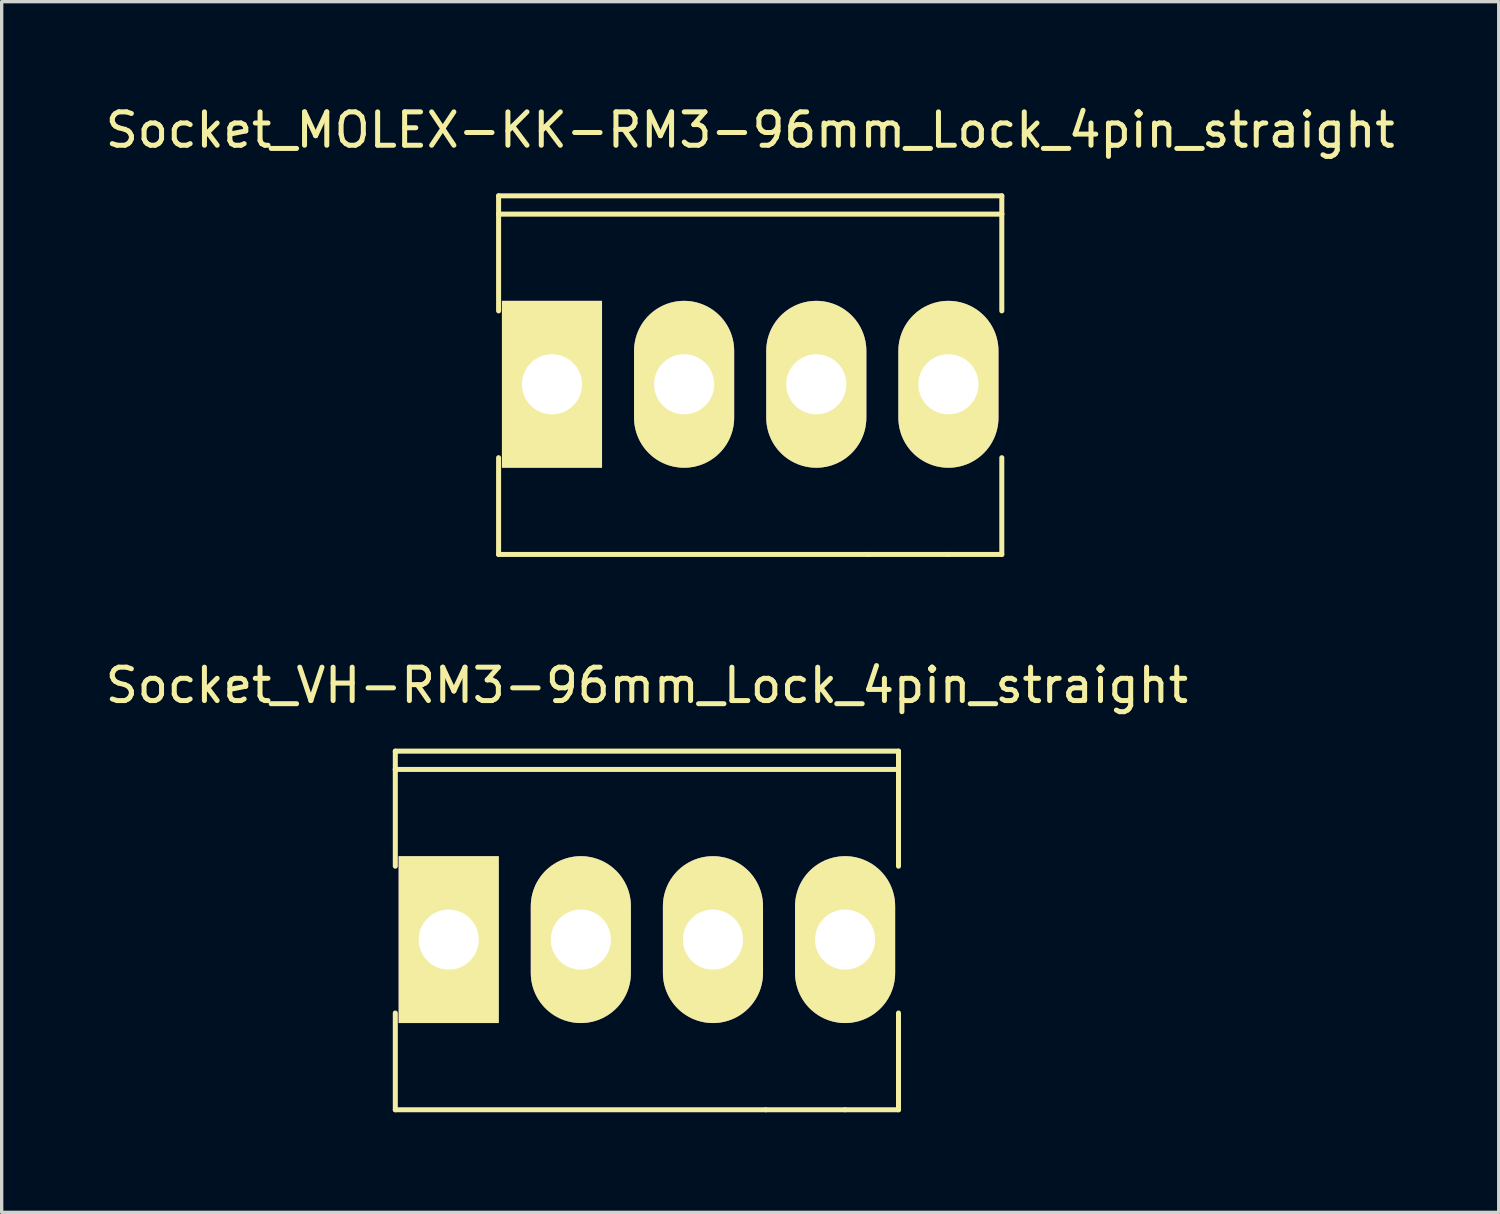
<source format=kicad_pcb>
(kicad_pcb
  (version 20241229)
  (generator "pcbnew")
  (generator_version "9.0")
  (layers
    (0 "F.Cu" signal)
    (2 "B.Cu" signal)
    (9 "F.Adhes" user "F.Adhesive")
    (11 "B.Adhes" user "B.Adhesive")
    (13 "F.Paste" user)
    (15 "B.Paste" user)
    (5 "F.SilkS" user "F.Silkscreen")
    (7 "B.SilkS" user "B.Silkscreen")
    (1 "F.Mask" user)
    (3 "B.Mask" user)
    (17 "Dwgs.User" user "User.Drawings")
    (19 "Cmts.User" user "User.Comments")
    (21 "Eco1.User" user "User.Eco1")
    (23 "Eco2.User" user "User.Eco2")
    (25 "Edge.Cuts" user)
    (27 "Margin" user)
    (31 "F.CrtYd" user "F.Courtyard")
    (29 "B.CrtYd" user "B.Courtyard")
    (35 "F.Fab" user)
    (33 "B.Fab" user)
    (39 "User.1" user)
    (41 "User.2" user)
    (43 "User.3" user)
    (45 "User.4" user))
  (footprint "Socket_VH-RM3-96mm_Lock_4pin_straight"
    (layer "F.Cu")
    (at 16.339 25.112)
    (property "Reference" "Socket_VH-RM3-96mm_Lock_4pin_straight" (at 0 -7.62 0) (layer "F.SilkS") (effects (font (size 1 1) (thickness 0.15))))
    (attr through_hole)
    (fp_line (start -7.541 -5.649) (end -7.541 -5.1) (stroke (width 0.15) (type solid)) (layer "F.SilkS"))
    (fp_line (start -7.541 -5.1) (end -7.541 -2.2) (stroke (width 0.15) (type solid)) (layer "F.SilkS"))
    (fp_line (start -7.541 2.2) (end -7.541 5.1) (stroke (width 0.15) (type solid)) (layer "F.SilkS"))
    (fp_line (start -7.541 5.1) (end 3.561 5.1) (stroke (width 0.15) (type solid)) (layer "F.SilkS"))
    (fp_line (start 3.561 5.1) (end 5.941 5.1) (stroke (width 0.15) (type solid)) (layer "F.SilkS"))
    (fp_line (start 5.941 5.1) (end 7.541 5.1) (stroke (width 0.15) (type solid)) (layer "F.SilkS"))
    (fp_line (start 7.541 -5.649) (end -7.541 -5.649) (stroke (width 0.15) (type solid)) (layer "F.SilkS"))
    (fp_line (start 7.541 -5.1) (end -7.541 -5.1) (stroke (width 0.15) (type solid)) (layer "F.SilkS"))
    (fp_line (start 7.541 -5.1) (end 7.541 -5.649) (stroke (width 0.15) (type solid)) (layer "F.SilkS"))
    (fp_line (start 7.541 -2.2) (end 7.541 -5.1) (stroke (width 0.15) (type solid)) (layer "F.SilkS"))
    (fp_line (start 7.541 5.1) (end 7.541 2.2) (stroke (width 0.15) (type solid)) (layer "F.SilkS"))
    (pad "1" thru_hole rect (at -5.94 0) (size 3 5.001) (drill 1.801) (layers "*.Cu" "*.Mask" "F.SilkS"))
    (pad "2" thru_hole oval (at -1.98 0) (size 3 5.001) (drill 1.801) (layers "*.Cu" "*.Mask" "F.SilkS"))
    (pad "3" thru_hole oval (at 1.98 0) (size 3 5.001) (drill 1.801) (layers "*.Cu" "*.Mask" "F.SilkS"))
    (pad "4" thru_hole oval (at 5.94 0) (size 3 5.001) (drill 1.801) (layers "*.Cu" "*.Mask" "F.SilkS")))
  (footprint "Socket_MOLEX-KK-RM3-96mm_Lock_4pin_straight"
    (layer "F.Cu")
    (at 19.435 8.468)
    (property "Reference" "Socket_MOLEX-KK-RM3-96mm_Lock_4pin_straight" (at 0 -7.62 0) (layer "F.SilkS") (effects (font (size 1 1) (thickness 0.15))))
    (attr through_hole)
    (fp_line (start -7.541 -5.649) (end -7.541 -5.1) (stroke (width 0.15) (type solid)) (layer "F.SilkS"))
    (fp_line (start -7.541 -5.1) (end -7.541 -2.2) (stroke (width 0.15) (type solid)) (layer "F.SilkS"))
    (fp_line (start -7.541 2.2) (end -7.541 5.1) (stroke (width 0.15) (type solid)) (layer "F.SilkS"))
    (fp_line (start -7.541 5.1) (end 3.561 5.1) (stroke (width 0.15) (type solid)) (layer "F.SilkS"))
    (fp_line (start 3.561 5.1) (end 5.941 5.1) (stroke (width 0.15) (type solid)) (layer "F.SilkS"))
    (fp_line (start 5.941 5.1) (end 7.541 5.1) (stroke (width 0.15) (type solid)) (layer "F.SilkS"))
    (fp_line (start 7.541 -5.649) (end -7.541 -5.649) (stroke (width 0.15) (type solid)) (layer "F.SilkS"))
    (fp_line (start 7.541 -5.1) (end -7.541 -5.1) (stroke (width 0.15) (type solid)) (layer "F.SilkS"))
    (fp_line (start 7.541 -5.1) (end 7.541 -5.649) (stroke (width 0.15) (type solid)) (layer "F.SilkS"))
    (fp_line (start 7.541 -2.2) (end 7.541 -5.1) (stroke (width 0.15) (type solid)) (layer "F.SilkS"))
    (fp_line (start 7.541 5.1) (end 7.541 2.2) (stroke (width 0.15) (type solid)) (layer "F.SilkS"))
    (pad "1" thru_hole rect (at -5.941 0) (size 3 5.001) (drill 1.801) (layers "*.Cu" "*.Mask" "F.SilkS"))
    (pad "2" thru_hole oval (at -1.981 0) (size 3 5.001) (drill 1.801) (layers "*.Cu" "*.Mask" "F.SilkS"))
    (pad "3" thru_hole oval (at 1.981 0) (size 3 5.001) (drill 1.801) (layers "*.Cu" "*.Mask" "F.SilkS"))
    (pad "4" thru_hole oval (at 5.941 0) (size 3 5.001) (drill 1.801) (layers "*.Cu" "*.Mask" "F.SilkS")))
  (gr_rect
    (start -3 -3)
    (end 41.869 33.287)
    (stroke (width 0.1) (type default))
    (fill no)
    (layer "Edge.Cuts")))
</source>
